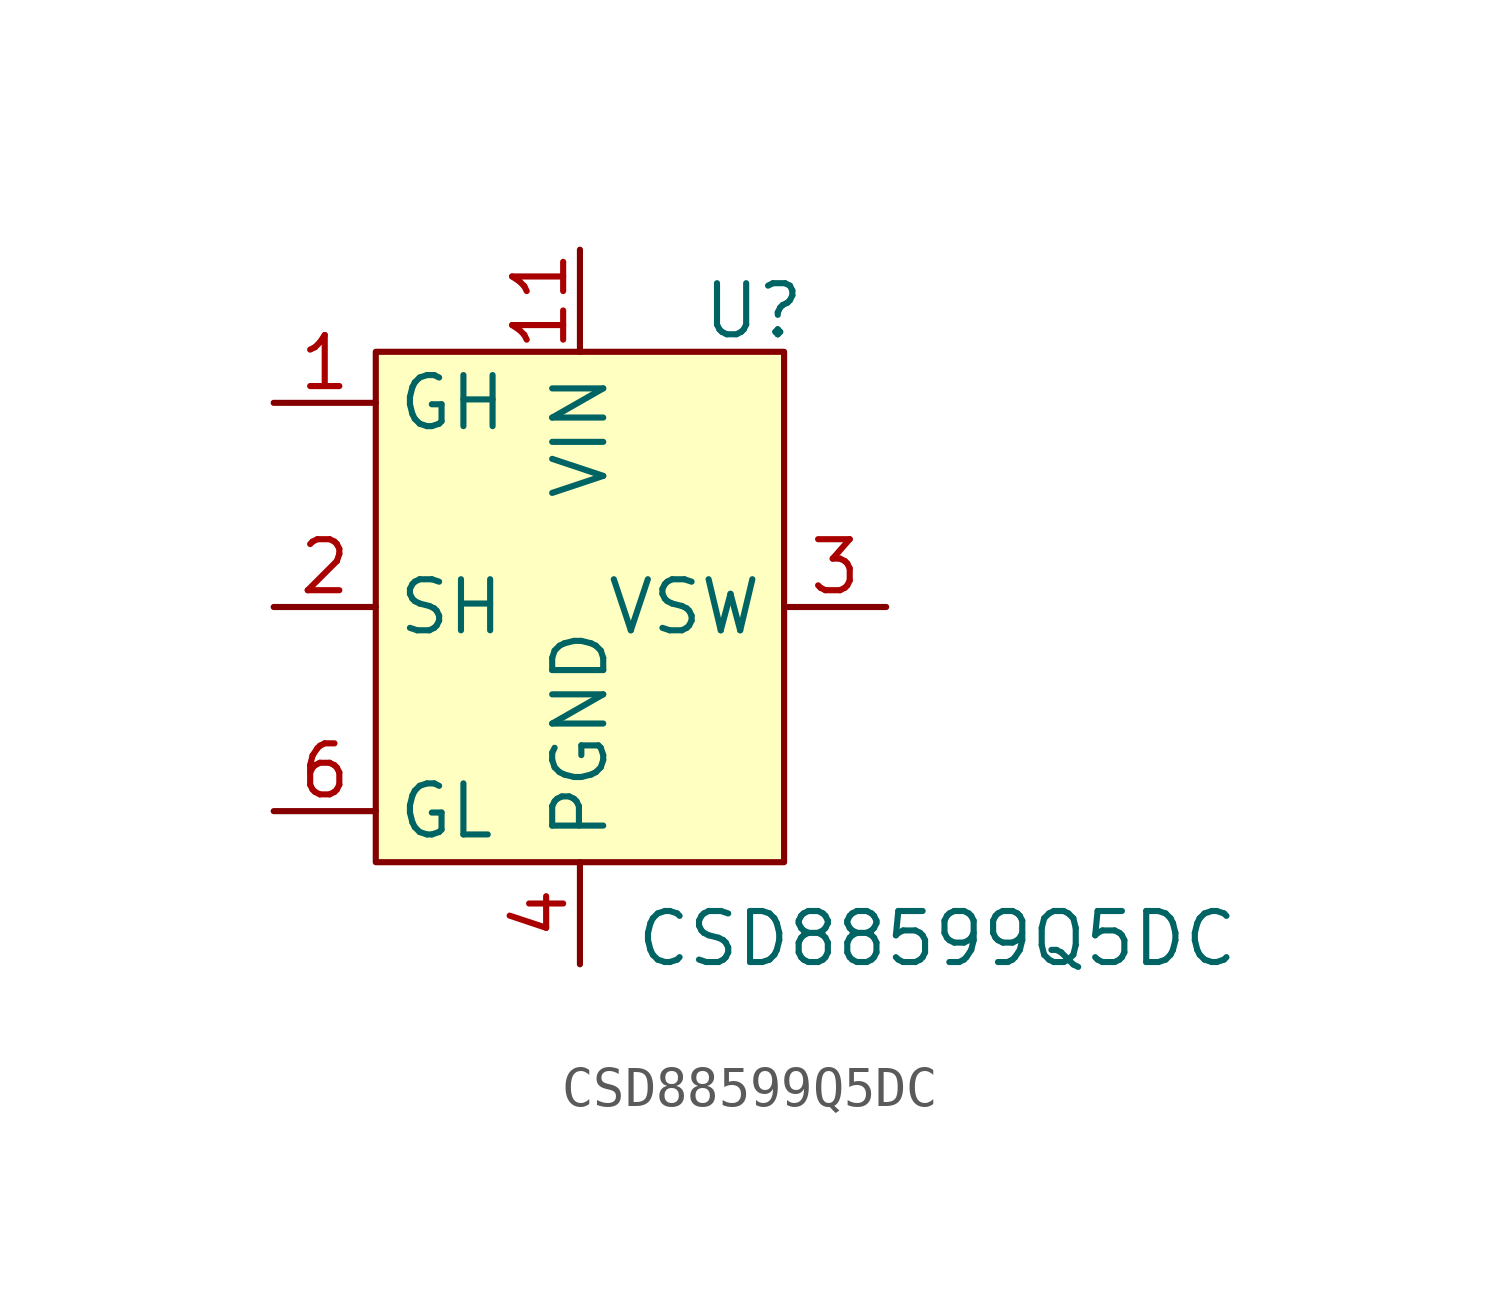
<source format=kicad_sym>
(kicad_symbol_lib
  (version 20241209)
  (generator "kicad_symbol_editor")
  (generator_version "9.0")
  (symbol "CSD88599Q5DC"
    (property "Reference" "U"
      (at 9.398 9.906 0)
      (effects (font (size 1.27 1.27))))
    (property "Value" "CSD88599Q5DC"
      (at 13.97 -5.715 0)
      (effects (font (size 1.27 1.27))))
    (symbol "CSD88599Q5DC_1_1"
      (rectangle (start 0 8.89) (end 10.16 -3.81) (stroke (width 0) (type solid)) (fill (type background)))
      (pin input line (at -2.54 7.62 0) (length 2.54) (name "GH" (effects (font (size 1.27 1.27)))) (number "1" (effects (font (size 1.27 1.27)))))
      (pin input line (at -2.54 2.54 0) (length 2.54) (name "SH" (effects (font (size 1.27 1.27)))) (number "2" (effects (font (size 1.27 1.27)))))
      (pin input line (at -2.54 -2.54 0) (length 2.54) (name "GL" (effects (font (size 1.27 1.27)))) (number "6" (effects (font (size 1.27 1.27)))))
      (pin power_in line (at 5.08 11.43 270) (length 2.54) (name "VIN" (effects (font (size 1.27 1.27)))) (number "11" (effects (font (size 1.27 1.27)))))
      (pin power_in line (at 5.08 -6.35 90) (length 2.54) (name "PGND" (effects (font (size 1.27 1.27)))) (number "4" (effects (font (size 1.27 1.27)))))
      (pin output line (at 12.7 2.54 180) (length 2.54) (name "VSW" (effects (font (size 1.27 1.27)))) (number "3" (effects (font (size 1.27 1.27))))))))
</source>
